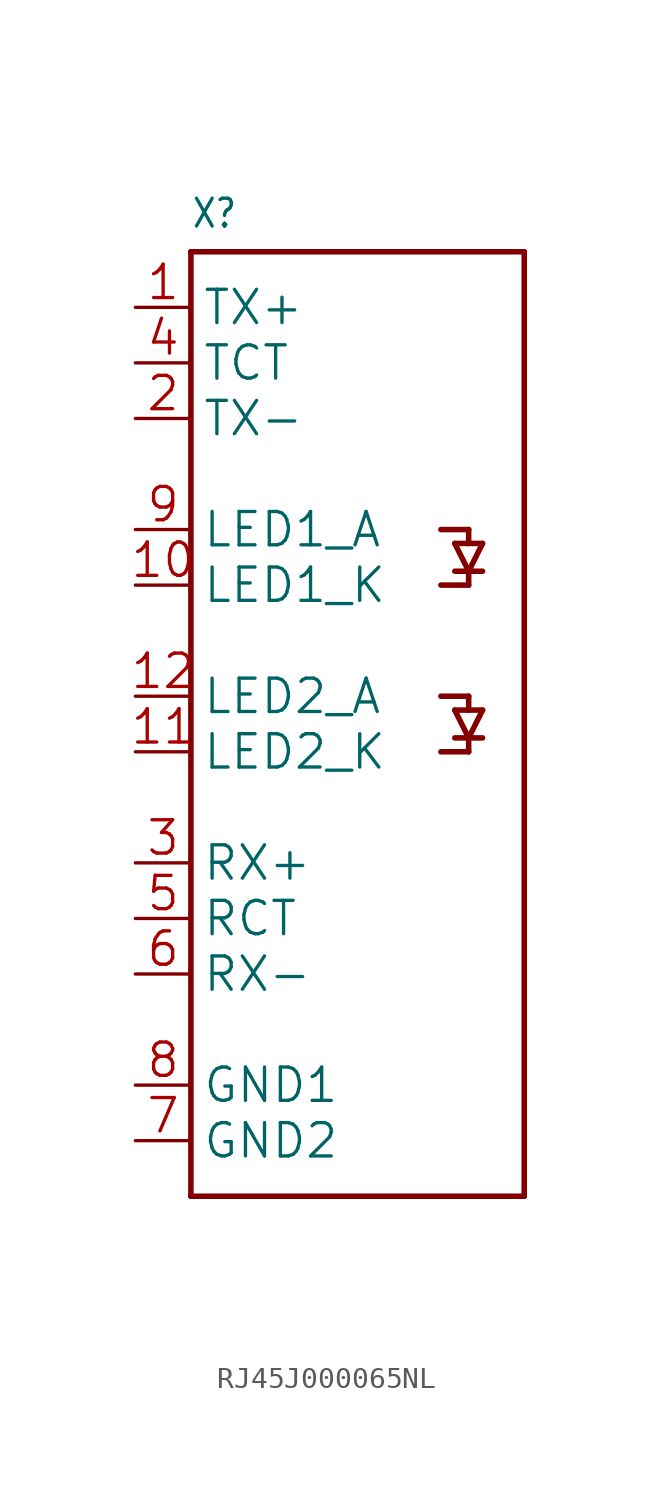
<source format=kicad_sym>
(kicad_symbol_lib
  (version 20241209)
  (generator "kicad_symbol_editor")
  (generator_version "9.0")
  (symbol "RJ45J000065NL"
    (property "Reference" "X"
      (at -7.62 18.796 0)
      (effects (font (size 1.27 1.079)) (justify left bottom)))
    (property "Value" ""
      (at -7.62 -27.94 0)
      (effects (font (size 1.27 1.079)) (justify left bottom)))
    (property "ki_locked" ""
      (at 0 0 0)
      (effects (font (size 1.27 1.27))))
    (symbol "RJ45J000065NL_1_0"
      (polyline (pts (xy -7.62 17.78) (xy 7.62 17.78)) (stroke (width 0.254) (type solid)) (fill (type none)))
      (polyline (pts (xy -7.62 -25.4) (xy -7.62 17.78)) (stroke (width 0.254) (type solid)) (fill (type none)))
      (polyline (pts (xy 3.81 5.08) (xy 5.08 5.08)) (stroke (width 0.254) (type solid)) (fill (type none)))
      (polyline (pts (xy 3.81 2.54) (xy 5.08 2.54)) (stroke (width 0.254) (type solid)) (fill (type none)))
      (polyline (pts (xy 3.81 -2.54) (xy 5.08 -2.54)) (stroke (width 0.254) (type solid)) (fill (type none)))
      (polyline (pts (xy 3.81 -5.08) (xy 5.08 -5.08)) (stroke (width 0.254) (type solid)) (fill (type none)))
      (polyline (pts (xy 4.445 4.445) (xy 5.08 4.445)) (stroke (width 0.254) (type solid)) (fill (type none)))
      (polyline (pts (xy 4.445 3.175) (xy 5.08 3.175)) (stroke (width 0.254) (type solid)) (fill (type none)))
      (polyline (pts (xy 4.445 -3.175) (xy 5.08 -3.175)) (stroke (width 0.254) (type solid)) (fill (type none)))
      (polyline (pts (xy 4.445 -4.445) (xy 5.08 -4.445)) (stroke (width 0.254) (type solid)) (fill (type none)))
      (polyline (pts (xy 5.08 4.445) (xy 5.08 5.08)) (stroke (width 0.254) (type solid)) (fill (type none)))
      (polyline (pts (xy 5.08 4.445) (xy 5.715 4.445)) (stroke (width 0.254) (type solid)) (fill (type none)))
      (polyline (pts (xy 5.08 3.175) (xy 4.445 4.445)) (stroke (width 0.254) (type solid)) (fill (type none)))
      (polyline (pts (xy 5.08 3.175) (xy 5.08 2.54)) (stroke (width 0.254) (type solid)) (fill (type none)))
      (polyline (pts (xy 5.08 3.175) (xy 5.715 3.175)) (stroke (width 0.254) (type solid)) (fill (type none)))
      (polyline (pts (xy 5.08 -3.175) (xy 5.08 -2.54)) (stroke (width 0.254) (type solid)) (fill (type none)))
      (polyline (pts (xy 5.08 -3.175) (xy 5.715 -3.175)) (stroke (width 0.254) (type solid)) (fill (type none)))
      (polyline (pts (xy 5.08 -4.445) (xy 4.445 -3.175)) (stroke (width 0.254) (type solid)) (fill (type none)))
      (polyline (pts (xy 5.08 -4.445) (xy 5.08 -5.08)) (stroke (width 0.254) (type solid)) (fill (type none)))
      (polyline (pts (xy 5.08 -4.445) (xy 5.715 -4.445)) (stroke (width 0.254) (type solid)) (fill (type none)))
      (polyline (pts (xy 5.715 4.445) (xy 5.08 3.175)) (stroke (width 0.254) (type solid)) (fill (type none)))
      (polyline (pts (xy 5.715 -3.175) (xy 5.08 -4.445)) (stroke (width 0.254) (type solid)) (fill (type none)))
      (polyline (pts (xy 7.62 17.78) (xy 7.62 -25.4)) (stroke (width 0.254) (type solid)) (fill (type none)))
      (polyline (pts (xy 7.62 -25.4) (xy -7.62 -25.4)) (stroke (width 0.254) (type solid)) (fill (type none)))
      (pin bidirectional line (at -10.16 15.24 0) (length 2.54) (name "TX+" (effects (font (size 1.524 1.524)))) (number "1" (effects (font (size 1.524 1.524)))))
      (pin bidirectional line (at -10.16 12.7 0) (length 2.54) (name "TCT" (effects (font (size 1.524 1.524)))) (number "4" (effects (font (size 1.524 1.524)))))
      (pin bidirectional line (at -10.16 10.16 0) (length 2.54) (name "TX-" (effects (font (size 1.524 1.524)))) (number "2" (effects (font (size 1.524 1.524)))))
      (pin bidirectional line (at -10.16 5.08 0) (length 2.54) (name "LED1_A" (effects (font (size 1.524 1.524)))) (number "9" (effects (font (size 1.524 1.524)))))
      (pin bidirectional line (at -10.16 2.54 0) (length 2.54) (name "LED1_K" (effects (font (size 1.524 1.524)))) (number "10" (effects (font (size 1.524 1.524)))))
      (pin bidirectional line (at -10.16 -2.54 0) (length 2.54) (name "LED2_A" (effects (font (size 1.524 1.524)))) (number "12" (effects (font (size 1.524 1.524)))))
      (pin bidirectional line (at -10.16 -5.08 0) (length 2.54) (name "LED2_K" (effects (font (size 1.524 1.524)))) (number "11" (effects (font (size 1.524 1.524)))))
      (pin bidirectional line (at -10.16 -10.16 0) (length 2.54) (name "RX+" (effects (font (size 1.524 1.524)))) (number "3" (effects (font (size 1.524 1.524)))))
      (pin bidirectional line (at -10.16 -12.7 0) (length 2.54) (name "RCT" (effects (font (size 1.524 1.524)))) (number "5" (effects (font (size 1.524 1.524)))))
      (pin bidirectional line (at -10.16 -15.24 0) (length 2.54) (name "RX-" (effects (font (size 1.524 1.524)))) (number "6" (effects (font (size 1.524 1.524)))))
      (pin bidirectional line (at -10.16 -20.32 0) (length 2.54) (name "GND1" (effects (font (size 1.524 1.524)))) (number "8" (effects (font (size 1.524 1.524)))))
      (pin bidirectional line (at -10.16 -22.86 0) (length 2.54) (name "GND2" (effects (font (size 1.524 1.524)))) (number "7" (effects (font (size 1.524 1.524))))))))
</source>
